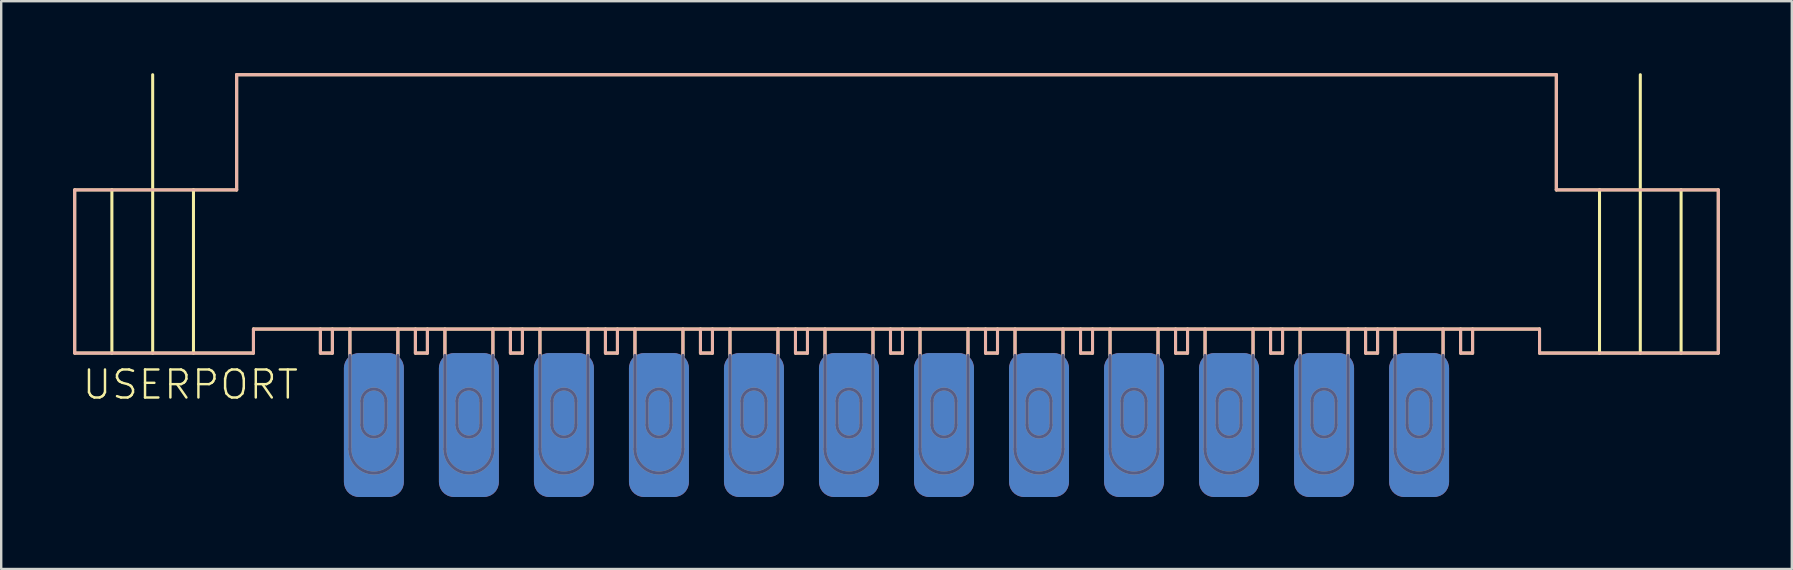
<source format=kicad_pcb>
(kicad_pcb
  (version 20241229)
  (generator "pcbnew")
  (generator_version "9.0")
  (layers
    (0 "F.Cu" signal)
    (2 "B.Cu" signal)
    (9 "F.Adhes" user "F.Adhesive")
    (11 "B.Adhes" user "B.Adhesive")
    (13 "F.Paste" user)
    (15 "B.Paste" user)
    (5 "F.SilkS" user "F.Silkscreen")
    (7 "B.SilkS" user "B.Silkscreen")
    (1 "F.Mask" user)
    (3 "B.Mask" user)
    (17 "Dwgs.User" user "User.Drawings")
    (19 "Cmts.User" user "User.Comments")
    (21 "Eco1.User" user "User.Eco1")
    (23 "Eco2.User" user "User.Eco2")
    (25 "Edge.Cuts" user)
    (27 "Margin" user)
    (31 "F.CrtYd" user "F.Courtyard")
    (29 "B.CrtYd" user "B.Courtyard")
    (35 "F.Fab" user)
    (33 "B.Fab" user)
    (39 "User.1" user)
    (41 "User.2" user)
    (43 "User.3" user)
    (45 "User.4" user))
  (footprint "USERPORT"
    (layer "F.Cu")
    (at 34.313 11.664)
    (property "Reference" "USERPORT" (at -34 2 0) (unlocked yes) (layer "F.SilkS") (effects (font (size 1.168 1.168) (thickness 0.102)) (justify left bottom)))
    (fp_line (start -34.25 -6.8) (end -32.7 -6.8) (stroke (width 0.127) (type solid)) (layer "F.SilkS"))
    (fp_line (start -34.25 0) (end -34.25 -6.8) (stroke (width 0.127) (type solid)) (layer "F.SilkS"))
    (fp_line (start -34.25 0) (end -32.7 0) (stroke (width 0.127) (type solid)) (layer "F.SilkS"))
    (fp_line (start -32.7 -6.8) (end -32.7 0) (stroke (width 0.127) (type solid)) (layer "F.SilkS"))
    (fp_line (start -32.7 -6.8) (end -29.3 -6.8) (stroke (width 0.127) (type solid)) (layer "F.SilkS"))
    (fp_line (start -32.7 0) (end -31 0) (stroke (width 0.127) (type solid)) (layer "F.SilkS"))
    (fp_line (start -31 -11.6) (end -31 0) (stroke (width 0.127) (type solid)) (layer "F.SilkS"))
    (fp_line (start -31 0) (end -29.3 0) (stroke (width 0.127) (type solid)) (layer "F.SilkS"))
    (fp_line (start -29.3 -6.8) (end -29.3 0) (stroke (width 0.127) (type solid)) (layer "F.SilkS"))
    (fp_line (start -29.3 -6.8) (end -27.5 -6.8) (stroke (width 0.127) (type solid)) (layer "F.SilkS"))
    (fp_line (start -29.3 0) (end -26.8 0) (stroke (width 0.127) (type solid)) (layer "F.SilkS"))
    (fp_line (start -27.5 -11.6) (end 27.5 -11.6) (stroke (width 0.127) (type solid)) (layer "F.SilkS"))
    (fp_line (start -27.5 -6.8) (end -27.5 -11.6) (stroke (width 0.127) (type solid)) (layer "F.SilkS"))
    (fp_line (start -26.8 -1) (end 26.8 -1) (stroke (width 0.127) (type solid)) (layer "F.SilkS"))
    (fp_line (start -26.8 0) (end -26.8 -1) (stroke (width 0.127) (type solid)) (layer "F.SilkS"))
    (fp_line (start -24.01 -1) (end -24.01 0) (stroke (width 0.127) (type solid)) (layer "F.SilkS"))
    (fp_line (start -24.01 0) (end -23.51 0) (stroke (width 0.127) (type solid)) (layer "F.SilkS"))
    (fp_line (start -23.51 0) (end -23.51 -1) (stroke (width 0.127) (type solid)) (layer "F.SilkS"))
    (fp_line (start -22.78 0.1) (end -22.78 -1) (stroke (width 0.127) (type solid)) (layer "F.SilkS"))
    (fp_line (start -20.78 0.1) (end -20.78 -1) (stroke (width 0.127) (type solid)) (layer "F.SilkS"))
    (fp_line (start -20.05 -1) (end -20.05 0) (stroke (width 0.127) (type solid)) (layer "F.SilkS"))
    (fp_line (start -20.05 0) (end -19.55 0) (stroke (width 0.127) (type solid)) (layer "F.SilkS"))
    (fp_line (start -19.55 0) (end -19.55 -1) (stroke (width 0.127) (type solid)) (layer "F.SilkS"))
    (fp_line (start -18.82 0.1) (end -18.82 -1) (stroke (width 0.127) (type solid)) (layer "F.SilkS"))
    (fp_line (start -16.82 0.1) (end -16.82 -1) (stroke (width 0.127) (type solid)) (layer "F.SilkS"))
    (fp_line (start -16.09 -1) (end -16.09 0) (stroke (width 0.127) (type solid)) (layer "F.SilkS"))
    (fp_line (start -16.09 0) (end -15.59 0) (stroke (width 0.127) (type solid)) (layer "F.SilkS"))
    (fp_line (start -15.59 0) (end -15.59 -1) (stroke (width 0.127) (type solid)) (layer "F.SilkS"))
    (fp_line (start -14.86 0.1) (end -14.86 -1) (stroke (width 0.127) (type solid)) (layer "F.SilkS"))
    (fp_line (start -12.86 0.1) (end -12.86 -1) (stroke (width 0.127) (type solid)) (layer "F.SilkS"))
    (fp_line (start -12.13 -1) (end -12.13 0) (stroke (width 0.127) (type solid)) (layer "F.SilkS"))
    (fp_line (start -12.13 0) (end -11.63 0) (stroke (width 0.127) (type solid)) (layer "F.SilkS"))
    (fp_line (start -11.63 0) (end -11.63 -1) (stroke (width 0.127) (type solid)) (layer "F.SilkS"))
    (fp_line (start -10.9 0.1) (end -10.9 -1) (stroke (width 0.127) (type solid)) (layer "F.SilkS"))
    (fp_line (start -8.9 0.1) (end -8.9 -1) (stroke (width 0.127) (type solid)) (layer "F.SilkS"))
    (fp_line (start -8.17 -1) (end -8.17 0) (stroke (width 0.127) (type solid)) (layer "F.SilkS"))
    (fp_line (start -8.17 0) (end -7.67 0) (stroke (width 0.127) (type solid)) (layer "F.SilkS"))
    (fp_line (start -7.67 0) (end -7.67 -1) (stroke (width 0.127) (type solid)) (layer "F.SilkS"))
    (fp_line (start -6.94 0.1) (end -6.94 -1) (stroke (width 0.127) (type solid)) (layer "F.SilkS"))
    (fp_line (start -4.94 0.1) (end -4.94 -1) (stroke (width 0.127) (type solid)) (layer "F.SilkS"))
    (fp_line (start -4.21 -1) (end -4.21 0) (stroke (width 0.127) (type solid)) (layer "F.SilkS"))
    (fp_line (start -4.21 0) (end -3.71 0) (stroke (width 0.127) (type solid)) (layer "F.SilkS"))
    (fp_line (start -3.71 0) (end -3.71 -1) (stroke (width 0.127) (type solid)) (layer "F.SilkS"))
    (fp_line (start -2.98 0.1) (end -2.98 -1) (stroke (width 0.127) (type solid)) (layer "F.SilkS"))
    (fp_line (start -0.98 0.1) (end -0.98 -1) (stroke (width 0.127) (type solid)) (layer "F.SilkS"))
    (fp_line (start -0.25 -1) (end -0.25 0) (stroke (width 0.127) (type solid)) (layer "F.SilkS"))
    (fp_line (start -0.25 0) (end 0.25 0) (stroke (width 0.127) (type solid)) (layer "F.SilkS"))
    (fp_line (start 0.25 0) (end 0.25 -1) (stroke (width 0.127) (type solid)) (layer "F.SilkS"))
    (fp_line (start 0.98 0.1) (end 0.98 -1) (stroke (width 0.127) (type solid)) (layer "F.SilkS"))
    (fp_line (start 2.98 0.1) (end 2.98 -1) (stroke (width 0.127) (type solid)) (layer "F.SilkS"))
    (fp_line (start 3.71 -1) (end 3.71 0) (stroke (width 0.127) (type solid)) (layer "F.SilkS"))
    (fp_line (start 3.71 0) (end 4.21 0) (stroke (width 0.127) (type solid)) (layer "F.SilkS"))
    (fp_line (start 4.21 0) (end 4.21 -1) (stroke (width 0.127) (type solid)) (layer "F.SilkS"))
    (fp_line (start 4.94 0.1) (end 4.94 -1) (stroke (width 0.127) (type solid)) (layer "F.SilkS"))
    (fp_line (start 6.94 0.1) (end 6.94 -1) (stroke (width 0.127) (type solid)) (layer "F.SilkS"))
    (fp_line (start 7.67 -1) (end 7.67 0) (stroke (width 0.127) (type solid)) (layer "F.SilkS"))
    (fp_line (start 7.67 0) (end 8.17 0) (stroke (width 0.127) (type solid)) (layer "F.SilkS"))
    (fp_line (start 8.17 0) (end 8.17 -1) (stroke (width 0.127) (type solid)) (layer "F.SilkS"))
    (fp_line (start 8.9 0.1) (end 8.9 -1) (stroke (width 0.127) (type solid)) (layer "F.SilkS"))
    (fp_line (start 10.9 0.1) (end 10.9 -1) (stroke (width 0.127) (type solid)) (layer "F.SilkS"))
    (fp_line (start 11.63 -1) (end 11.63 0) (stroke (width 0.127) (type solid)) (layer "F.SilkS"))
    (fp_line (start 11.63 0) (end 12.13 0) (stroke (width 0.127) (type solid)) (layer "F.SilkS"))
    (fp_line (start 12.13 0) (end 12.13 -1) (stroke (width 0.127) (type solid)) (layer "F.SilkS"))
    (fp_line (start 12.86 0.1) (end 12.86 -1) (stroke (width 0.127) (type solid)) (layer "F.SilkS"))
    (fp_line (start 14.86 0.1) (end 14.86 -1) (stroke (width 0.127) (type solid)) (layer "F.SilkS"))
    (fp_line (start 15.59 -1) (end 15.59 0) (stroke (width 0.127) (type solid)) (layer "F.SilkS"))
    (fp_line (start 15.59 0) (end 16.09 0) (stroke (width 0.127) (type solid)) (layer "F.SilkS"))
    (fp_line (start 16.09 0) (end 16.09 -1) (stroke (width 0.127) (type solid)) (layer "F.SilkS"))
    (fp_line (start 16.82 0.1) (end 16.82 -1) (stroke (width 0.127) (type solid)) (layer "F.SilkS"))
    (fp_line (start 18.82 0.1) (end 18.82 -1) (stroke (width 0.127) (type solid)) (layer "F.SilkS"))
    (fp_line (start 19.55 -1) (end 19.55 0) (stroke (width 0.127) (type solid)) (layer "F.SilkS"))
    (fp_line (start 19.55 0) (end 20.05 0) (stroke (width 0.127) (type solid)) (layer "F.SilkS"))
    (fp_line (start 20.05 0) (end 20.05 -1) (stroke (width 0.127) (type solid)) (layer "F.SilkS"))
    (fp_line (start 20.78 0.1) (end 20.78 -1) (stroke (width 0.127) (type solid)) (layer "F.SilkS"))
    (fp_line (start 22.78 0.1) (end 22.78 -1) (stroke (width 0.127) (type solid)) (layer "F.SilkS"))
    (fp_line (start 23.51 -1) (end 23.51 0) (stroke (width 0.127) (type solid)) (layer "F.SilkS"))
    (fp_line (start 23.51 0) (end 24.01 0) (stroke (width 0.127) (type solid)) (layer "F.SilkS"))
    (fp_line (start 24.01 0) (end 24.01 -1) (stroke (width 0.127) (type solid)) (layer "F.SilkS"))
    (fp_line (start 26.8 -1) (end 26.8 0) (stroke (width 0.127) (type solid)) (layer "F.SilkS"))
    (fp_line (start 26.8 0) (end 29.3 0) (stroke (width 0.127) (type solid)) (layer "F.SilkS"))
    (fp_line (start 27.5 -11.6) (end 27.5 -6.8) (stroke (width 0.127) (type solid)) (layer "F.SilkS"))
    (fp_line (start 27.5 -6.8) (end 29.3 -6.8) (stroke (width 0.127) (type solid)) (layer "F.SilkS"))
    (fp_line (start 29.3 -6.8) (end 29.3 0) (stroke (width 0.127) (type solid)) (layer "F.SilkS"))
    (fp_line (start 29.3 -6.8) (end 32.7 -6.8) (stroke (width 0.127) (type solid)) (layer "F.SilkS"))
    (fp_line (start 29.3 0) (end 31 0) (stroke (width 0.127) (type solid)) (layer "F.SilkS"))
    (fp_line (start 31 0) (end 31 -11.6) (stroke (width 0.127) (type solid)) (layer "F.SilkS"))
    (fp_line (start 31 0) (end 32.7 0) (stroke (width 0.127) (type solid)) (layer "F.SilkS"))
    (fp_line (start 32.7 -6.8) (end 32.7 0) (stroke (width 0.127) (type solid)) (layer "F.SilkS"))
    (fp_line (start 32.7 -6.8) (end 34.25 -6.8) (stroke (width 0.127) (type solid)) (layer "F.SilkS"))
    (fp_line (start 32.7 0) (end 34.25 0) (stroke (width 0.127) (type solid)) (layer "F.SilkS"))
    (fp_line (start 34.25 0) (end 34.25 -6.8) (stroke (width 0.127) (type solid)) (layer "F.SilkS"))
    (fp_line (start -34.25 0) (end -34.25 -6.8) (stroke (width 0.127) (type solid)) (layer "B.SilkS"))
    (fp_line (start -27.5 -11.6) (end -27.5 -6.8) (stroke (width 0.127) (type solid)) (layer "B.SilkS"))
    (fp_line (start -27.5 -6.8) (end -34.25 -6.8) (stroke (width 0.127) (type solid)) (layer "B.SilkS"))
    (fp_line (start -26.8 -1) (end -26.8 0) (stroke (width 0.127) (type solid)) (layer "B.SilkS"))
    (fp_line (start -26.8 0) (end -34.25 0) (stroke (width 0.127) (type solid)) (layer "B.SilkS"))
    (fp_line (start -24.01 0) (end -24.01 -1) (stroke (width 0.127) (type solid)) (layer "B.SilkS"))
    (fp_line (start -23.51 -1) (end -23.51 0) (stroke (width 0.127) (type solid)) (layer "B.SilkS"))
    (fp_line (start -23.51 0) (end -24.01 0) (stroke (width 0.127) (type solid)) (layer "B.SilkS"))
    (fp_line (start -22.78 0.1) (end -22.78 -1) (stroke (width 0.127) (type solid)) (layer "B.SilkS"))
    (fp_line (start -20.78 0.1) (end -20.78 -1) (stroke (width 0.127) (type solid)) (layer "B.SilkS"))
    (fp_line (start -20.05 0) (end -20.05 -1) (stroke (width 0.127) (type solid)) (layer "B.SilkS"))
    (fp_line (start -19.55 -1) (end -19.55 0) (stroke (width 0.127) (type solid)) (layer "B.SilkS"))
    (fp_line (start -19.55 0) (end -20.05 0) (stroke (width 0.127) (type solid)) (layer "B.SilkS"))
    (fp_line (start -18.82 0.1) (end -18.82 -1) (stroke (width 0.127) (type solid)) (layer "B.SilkS"))
    (fp_line (start -16.82 0.1) (end -16.82 -1) (stroke (width 0.127) (type solid)) (layer "B.SilkS"))
    (fp_line (start -16.09 0) (end -16.09 -1) (stroke (width 0.127) (type solid)) (layer "B.SilkS"))
    (fp_line (start -15.59 -1) (end -15.59 0) (stroke (width 0.127) (type solid)) (layer "B.SilkS"))
    (fp_line (start -15.59 0) (end -16.09 0) (stroke (width 0.127) (type solid)) (layer "B.SilkS"))
    (fp_line (start -14.86 0.1) (end -14.86 -1) (stroke (width 0.127) (type solid)) (layer "B.SilkS"))
    (fp_line (start -12.86 0.1) (end -12.86 -1) (stroke (width 0.127) (type solid)) (layer "B.SilkS"))
    (fp_line (start -12.13 0) (end -12.13 -1) (stroke (width 0.127) (type solid)) (layer "B.SilkS"))
    (fp_line (start -11.63 -1) (end -11.63 0) (stroke (width 0.127) (type solid)) (layer "B.SilkS"))
    (fp_line (start -11.63 0) (end -12.13 0) (stroke (width 0.127) (type solid)) (layer "B.SilkS"))
    (fp_line (start -10.9 0.1) (end -10.9 -1) (stroke (width 0.127) (type solid)) (layer "B.SilkS"))
    (fp_line (start -8.9 0.1) (end -8.9 -1) (stroke (width 0.127) (type solid)) (layer "B.SilkS"))
    (fp_line (start -8.17 0) (end -8.17 -1) (stroke (width 0.127) (type solid)) (layer "B.SilkS"))
    (fp_line (start -7.67 -1) (end -7.67 0) (stroke (width 0.127) (type solid)) (layer "B.SilkS"))
    (fp_line (start -7.67 0) (end -8.17 0) (stroke (width 0.127) (type solid)) (layer "B.SilkS"))
    (fp_line (start -6.94 0.1) (end -6.94 -1) (stroke (width 0.127) (type solid)) (layer "B.SilkS"))
    (fp_line (start -4.94 0.1) (end -4.94 -1) (stroke (width 0.127) (type solid)) (layer "B.SilkS"))
    (fp_line (start -4.21 0) (end -4.21 -1) (stroke (width 0.127) (type solid)) (layer "B.SilkS"))
    (fp_line (start -3.71 -1) (end -3.71 0) (stroke (width 0.127) (type solid)) (layer "B.SilkS"))
    (fp_line (start -3.71 0) (end -4.21 0) (stroke (width 0.127) (type solid)) (layer "B.SilkS"))
    (fp_line (start -2.98 0.1) (end -2.98 -1) (stroke (width 0.127) (type solid)) (layer "B.SilkS"))
    (fp_line (start -0.98 0.1) (end -0.98 -1) (stroke (width 0.127) (type solid)) (layer "B.SilkS"))
    (fp_line (start -0.25 0) (end -0.25 -1) (stroke (width 0.127) (type solid)) (layer "B.SilkS"))
    (fp_line (start 0.25 -1) (end 0.25 0) (stroke (width 0.127) (type solid)) (layer "B.SilkS"))
    (fp_line (start 0.25 0) (end -0.25 0) (stroke (width 0.127) (type solid)) (layer "B.SilkS"))
    (fp_line (start 0.98 0.1) (end 0.98 -1) (stroke (width 0.127) (type solid)) (layer "B.SilkS"))
    (fp_line (start 2.98 0.1) (end 2.98 -1) (stroke (width 0.127) (type solid)) (layer "B.SilkS"))
    (fp_line (start 3.71 0) (end 3.71 -1) (stroke (width 0.127) (type solid)) (layer "B.SilkS"))
    (fp_line (start 4.21 -1) (end 4.21 0) (stroke (width 0.127) (type solid)) (layer "B.SilkS"))
    (fp_line (start 4.21 0) (end 3.71 0) (stroke (width 0.127) (type solid)) (layer "B.SilkS"))
    (fp_line (start 4.94 0.1) (end 4.94 -1) (stroke (width 0.127) (type solid)) (layer "B.SilkS"))
    (fp_line (start 6.94 0.1) (end 6.94 -1) (stroke (width 0.127) (type solid)) (layer "B.SilkS"))
    (fp_line (start 7.67 0) (end 7.67 -1) (stroke (width 0.127) (type solid)) (layer "B.SilkS"))
    (fp_line (start 8.17 -1) (end 8.17 0) (stroke (width 0.127) (type solid)) (layer "B.SilkS"))
    (fp_line (start 8.17 0) (end 7.67 0) (stroke (width 0.127) (type solid)) (layer "B.SilkS"))
    (fp_line (start 8.9 0.1) (end 8.9 -1) (stroke (width 0.127) (type solid)) (layer "B.SilkS"))
    (fp_line (start 10.9 0.1) (end 10.9 -1) (stroke (width 0.127) (type solid)) (layer "B.SilkS"))
    (fp_line (start 11.63 0) (end 11.63 -1) (stroke (width 0.127) (type solid)) (layer "B.SilkS"))
    (fp_line (start 12.13 -1) (end 12.13 0) (stroke (width 0.127) (type solid)) (layer "B.SilkS"))
    (fp_line (start 12.13 0) (end 11.63 0) (stroke (width 0.127) (type solid)) (layer "B.SilkS"))
    (fp_line (start 12.86 0.1) (end 12.86 -1) (stroke (width 0.127) (type solid)) (layer "B.SilkS"))
    (fp_line (start 14.86 0.1) (end 14.86 -1) (stroke (width 0.127) (type solid)) (layer "B.SilkS"))
    (fp_line (start 15.59 0) (end 15.59 -1) (stroke (width 0.127) (type solid)) (layer "B.SilkS"))
    (fp_line (start 16.09 -1) (end 16.09 0) (stroke (width 0.127) (type solid)) (layer "B.SilkS"))
    (fp_line (start 16.09 0) (end 15.59 0) (stroke (width 0.127) (type solid)) (layer "B.SilkS"))
    (fp_line (start 16.82 0.1) (end 16.82 -1) (stroke (width 0.127) (type solid)) (layer "B.SilkS"))
    (fp_line (start 18.82 0.1) (end 18.82 -1) (stroke (width 0.127) (type solid)) (layer "B.SilkS"))
    (fp_line (start 19.55 0) (end 19.55 -1) (stroke (width 0.127) (type solid)) (layer "B.SilkS"))
    (fp_line (start 20.05 -1) (end 20.05 0) (stroke (width 0.127) (type solid)) (layer "B.SilkS"))
    (fp_line (start 20.05 0) (end 19.55 0) (stroke (width 0.127) (type solid)) (layer "B.SilkS"))
    (fp_line (start 20.78 0.1) (end 20.78 -1) (stroke (width 0.127) (type solid)) (layer "B.SilkS"))
    (fp_line (start 22.78 0.1) (end 22.78 -1) (stroke (width 0.127) (type solid)) (layer "B.SilkS"))
    (fp_line (start 23.51 0) (end 23.51 -1) (stroke (width 0.127) (type solid)) (layer "B.SilkS"))
    (fp_line (start 24.01 -1) (end 24.01 0) (stroke (width 0.127) (type solid)) (layer "B.SilkS"))
    (fp_line (start 24.01 0) (end 23.51 0) (stroke (width 0.127) (type solid)) (layer "B.SilkS"))
    (fp_line (start 26.8 -1) (end -26.8 -1) (stroke (width 0.127) (type solid)) (layer "B.SilkS"))
    (fp_line (start 26.8 0) (end 26.8 -1) (stroke (width 0.127) (type solid)) (layer "B.SilkS"))
    (fp_line (start 27.5 -11.6) (end -27.5 -11.6) (stroke (width 0.127) (type solid)) (layer "B.SilkS"))
    (fp_line (start 27.5 -6.8) (end 27.5 -11.6) (stroke (width 0.127) (type solid)) (layer "B.SilkS"))
    (fp_line (start 34.25 -6.8) (end 27.5 -6.8) (stroke (width 0.127) (type solid)) (layer "B.SilkS"))
    (fp_line (start 34.25 0) (end 26.8 0) (stroke (width 0.127) (type solid)) (layer "B.SilkS"))
    (fp_line (start 34.25 0) (end 34.25 -6.8) (stroke (width 0.127) (type solid)) (layer "B.SilkS"))
    (fp_line (start -22.78 0.1) (end -22.78 4) (stroke (width 0.127) (type solid)) (layer "B.Fab"))
    (fp_line (start -22.28 3) (end -22.28 2) (stroke (width 0.127) (type solid)) (layer "B.Fab"))
    (fp_line (start -21.28 3) (end -21.28 2) (stroke (width 0.127) (type solid)) (layer "B.Fab"))
    (fp_line (start -20.78 0.1) (end -20.78 4) (stroke (width 0.127) (type solid)) (layer "B.Fab"))
    (fp_line (start -18.82 0.1) (end -18.82 4) (stroke (width 0.127) (type solid)) (layer "B.Fab"))
    (fp_line (start -18.32 3) (end -18.32 2) (stroke (width 0.127) (type solid)) (layer "B.Fab"))
    (fp_line (start -17.32 3) (end -17.32 2) (stroke (width 0.127) (type solid)) (layer "B.Fab"))
    (fp_line (start -16.82 0.1) (end -16.82 4) (stroke (width 0.127) (type solid)) (layer "B.Fab"))
    (fp_line (start -14.86 0.1) (end -14.86 4) (stroke (width 0.127) (type solid)) (layer "B.Fab"))
    (fp_line (start -14.36 3) (end -14.36 2) (stroke (width 0.127) (type solid)) (layer "B.Fab"))
    (fp_line (start -13.36 3) (end -13.36 2) (stroke (width 0.127) (type solid)) (layer "B.Fab"))
    (fp_line (start -12.86 0.1) (end -12.86 4) (stroke (width 0.127) (type solid)) (layer "B.Fab"))
    (fp_line (start -10.9 0.1) (end -10.9 4) (stroke (width 0.127) (type solid)) (layer "B.Fab"))
    (fp_line (start -10.4 3) (end -10.4 2) (stroke (width 0.127) (type solid)) (layer "B.Fab"))
    (fp_line (start -9.4 3) (end -9.4 2) (stroke (width 0.127) (type solid)) (layer "B.Fab"))
    (fp_line (start -8.9 0.1) (end -8.9 4) (stroke (width 0.127) (type solid)) (layer "B.Fab"))
    (fp_line (start -6.94 0.1) (end -6.94 4) (stroke (width 0.127) (type solid)) (layer "B.Fab"))
    (fp_line (start -6.44 3) (end -6.44 2) (stroke (width 0.127) (type solid)) (layer "B.Fab"))
    (fp_line (start -5.44 3) (end -5.44 2) (stroke (width 0.127) (type solid)) (layer "B.Fab"))
    (fp_line (start -4.94 0.1) (end -4.94 4) (stroke (width 0.127) (type solid)) (layer "B.Fab"))
    (fp_line (start -2.98 0.1) (end -2.98 4) (stroke (width 0.127) (type solid)) (layer "B.Fab"))
    (fp_line (start -2.48 3) (end -2.48 2) (stroke (width 0.127) (type solid)) (layer "B.Fab"))
    (fp_line (start -1.48 3) (end -1.48 2) (stroke (width 0.127) (type solid)) (layer "B.Fab"))
    (fp_line (start -0.98 0.1) (end -0.98 4) (stroke (width 0.127) (type solid)) (layer "B.Fab"))
    (fp_line (start 0.98 0.1) (end 0.98 4) (stroke (width 0.127) (type solid)) (layer "B.Fab"))
    (fp_line (start 1.48 3) (end 1.48 2) (stroke (width 0.127) (type solid)) (layer "B.Fab"))
    (fp_line (start 2.48 3) (end 2.48 2) (stroke (width 0.127) (type solid)) (layer "B.Fab"))
    (fp_line (start 2.98 0.1) (end 2.98 4) (stroke (width 0.127) (type solid)) (layer "B.Fab"))
    (fp_line (start 4.94 0.1) (end 4.94 4) (stroke (width 0.127) (type solid)) (layer "B.Fab"))
    (fp_line (start 5.44 3) (end 5.44 2) (stroke (width 0.127) (type solid)) (layer "B.Fab"))
    (fp_line (start 6.44 3) (end 6.44 2) (stroke (width 0.127) (type solid)) (layer "B.Fab"))
    (fp_line (start 6.94 0.1) (end 6.94 4) (stroke (width 0.127) (type solid)) (layer "B.Fab"))
    (fp_line (start 8.9 0.1) (end 8.9 4) (stroke (width 0.127) (type solid)) (layer "B.Fab"))
    (fp_line (start 9.4 3) (end 9.4 2) (stroke (width 0.127) (type solid)) (layer "B.Fab"))
    (fp_line (start 10.4 3) (end 10.4 2) (stroke (width 0.127) (type solid)) (layer "B.Fab"))
    (fp_line (start 10.9 0.1) (end 10.9 4) (stroke (width 0.127) (type solid)) (layer "B.Fab"))
    (fp_line (start 12.86 0.1) (end 12.86 4) (stroke (width 0.127) (type solid)) (layer "B.Fab"))
    (fp_line (start 13.36 3) (end 13.36 2) (stroke (width 0.127) (type solid)) (layer "B.Fab"))
    (fp_line (start 14.36 3) (end 14.36 2) (stroke (width 0.127) (type solid)) (layer "B.Fab"))
    (fp_line (start 14.86 0.1) (end 14.86 4) (stroke (width 0.127) (type solid)) (layer "B.Fab"))
    (fp_line (start 16.82 0.1) (end 16.82 4) (stroke (width 0.127) (type solid)) (layer "B.Fab"))
    (fp_line (start 17.32 3) (end 17.32 2) (stroke (width 0.127) (type solid)) (layer "B.Fab"))
    (fp_line (start 18.32 3) (end 18.32 2) (stroke (width 0.127) (type solid)) (layer "B.Fab"))
    (fp_line (start 18.82 0.1) (end 18.82 4) (stroke (width 0.127) (type solid)) (layer "B.Fab"))
    (fp_line (start 20.78 0.1) (end 20.78 4) (stroke (width 0.127) (type solid)) (layer "B.Fab"))
    (fp_line (start 21.28 3) (end 21.28 2) (stroke (width 0.127) (type solid)) (layer "B.Fab"))
    (fp_line (start 22.28 3) (end 22.28 2) (stroke (width 0.127) (type solid)) (layer "B.Fab"))
    (fp_line (start 22.78 0.1) (end 22.78 4) (stroke (width 0.127) (type solid)) (layer "B.Fab"))
    (fp_arc (start -22.28 2) (mid -21.78 1.5) (end -21.28 2) (stroke (width 0.127) (type solid)) (layer "B.Fab"))
    (fp_arc (start -21.28 3) (mid -21.78 3.5) (end -22.28 3) (stroke (width 0.127) (type solid)) (layer "B.Fab"))
    (fp_arc (start -20.78 4) (mid -21.78 5) (end -22.78 4) (stroke (width 0.127) (type solid)) (layer "B.Fab"))
    (fp_arc (start -18.32 2) (mid -17.82 1.5) (end -17.32 2) (stroke (width 0.127) (type solid)) (layer "B.Fab"))
    (fp_arc (start -17.32 3) (mid -17.82 3.5) (end -18.32 3) (stroke (width 0.127) (type solid)) (layer "B.Fab"))
    (fp_arc (start -16.82 4) (mid -17.82 5) (end -18.82 4) (stroke (width 0.127) (type solid)) (layer "B.Fab"))
    (fp_arc (start -14.36 2) (mid -13.86 1.5) (end -13.36 2) (stroke (width 0.127) (type solid)) (layer "B.Fab"))
    (fp_arc (start -13.36 3) (mid -13.86 3.5) (end -14.36 3) (stroke (width 0.127) (type solid)) (layer "B.Fab"))
    (fp_arc (start -12.86 4) (mid -13.86 5) (end -14.86 4) (stroke (width 0.127) (type solid)) (layer "B.Fab"))
    (fp_arc (start -10.4 2) (mid -9.9 1.5) (end -9.4 2) (stroke (width 0.127) (type solid)) (layer "B.Fab"))
    (fp_arc (start -9.4 3) (mid -9.9 3.5) (end -10.4 3) (stroke (width 0.127) (type solid)) (layer "B.Fab"))
    (fp_arc (start -8.9 4) (mid -9.9 5) (end -10.9 4) (stroke (width 0.127) (type solid)) (layer "B.Fab"))
    (fp_arc (start -6.44 2) (mid -5.94 1.5) (end -5.44 2) (stroke (width 0.127) (type solid)) (layer "B.Fab"))
    (fp_arc (start -5.44 3) (mid -5.94 3.5) (end -6.44 3) (stroke (width 0.127) (type solid)) (layer "B.Fab"))
    (fp_arc (start -4.94 4) (mid -5.94 5) (end -6.94 4) (stroke (width 0.127) (type solid)) (layer "B.Fab"))
    (fp_arc (start -2.48 2) (mid -1.98 1.5) (end -1.48 2) (stroke (width 0.127) (type solid)) (layer "B.Fab"))
    (fp_arc (start -1.48 3) (mid -1.98 3.5) (end -2.48 3) (stroke (width 0.127) (type solid)) (layer "B.Fab"))
    (fp_arc (start -0.98 4) (mid -1.98 5) (end -2.98 4) (stroke (width 0.127) (type solid)) (layer "B.Fab"))
    (fp_arc (start 1.48 2) (mid 1.98 1.5) (end 2.48 2) (stroke (width 0.127) (type solid)) (layer "B.Fab"))
    (fp_arc (start 2.48 3) (mid 1.98 3.5) (end 1.48 3) (stroke (width 0.127) (type solid)) (layer "B.Fab"))
    (fp_arc (start 2.98 4) (mid 1.98 5) (end 0.98 4) (stroke (width 0.127) (type solid)) (layer "B.Fab"))
    (fp_arc (start 5.44 2) (mid 5.94 1.5) (end 6.44 2) (stroke (width 0.127) (type solid)) (layer "B.Fab"))
    (fp_arc (start 6.44 3) (mid 5.94 3.5) (end 5.44 3) (stroke (width 0.127) (type solid)) (layer "B.Fab"))
    (fp_arc (start 6.94 4) (mid 5.94 5) (end 4.94 4) (stroke (width 0.127) (type solid)) (layer "B.Fab"))
    (fp_arc (start 9.4 2) (mid 9.9 1.5) (end 10.4 2) (stroke (width 0.127) (type solid)) (layer "B.Fab"))
    (fp_arc (start 10.4 3) (mid 9.9 3.5) (end 9.4 3) (stroke (width 0.127) (type solid)) (layer "B.Fab"))
    (fp_arc (start 10.9 4) (mid 9.9 5) (end 8.9 4) (stroke (width 0.127) (type solid)) (layer "B.Fab"))
    (fp_arc (start 13.36 2) (mid 13.86 1.5) (end 14.36 2) (stroke (width 0.127) (type solid)) (layer "B.Fab"))
    (fp_arc (start 14.36 3) (mid 13.86 3.5) (end 13.36 3) (stroke (width 0.127) (type solid)) (layer "B.Fab"))
    (fp_arc (start 14.86 4) (mid 13.86 5) (end 12.86 4) (stroke (width 0.127) (type solid)) (layer "B.Fab"))
    (fp_arc (start 17.32 2) (mid 17.82 1.5) (end 18.32 2) (stroke (width 0.127) (type solid)) (layer "B.Fab"))
    (fp_arc (start 18.32 3) (mid 17.82 3.5) (end 17.32 3) (stroke (width 0.127) (type solid)) (layer "B.Fab"))
    (fp_arc (start 18.82 4) (mid 17.82 5) (end 16.82 4) (stroke (width 0.127) (type solid)) (layer "B.Fab"))
    (fp_arc (start 21.28 2) (mid 21.78 1.5) (end 22.28 2) (stroke (width 0.127) (type solid)) (layer "B.Fab"))
    (fp_arc (start 22.28 3) (mid 21.78 3.5) (end 21.28 3) (stroke (width 0.127) (type solid)) (layer "B.Fab"))
    (fp_arc (start 22.78 4) (mid 21.78 5) (end 20.78 4) (stroke (width 0.127) (type solid)) (layer "B.Fab"))
    (fp_line (start -22.78 0.1) (end -22.78 4) (stroke (width 0.127) (type solid)) (layer "F.Fab"))
    (fp_line (start -22.28 3) (end -22.28 2) (stroke (width 0.127) (type solid)) (layer "F.Fab"))
    (fp_line (start -21.28 3) (end -21.28 2) (stroke (width 0.127) (type solid)) (layer "F.Fab"))
    (fp_line (start -20.78 0.1) (end -20.78 4) (stroke (width 0.127) (type solid)) (layer "F.Fab"))
    (fp_line (start -18.82 0.1) (end -18.82 4) (stroke (width 0.127) (type solid)) (layer "F.Fab"))
    (fp_line (start -18.32 3) (end -18.32 2) (stroke (width 0.127) (type solid)) (layer "F.Fab"))
    (fp_line (start -17.32 3) (end -17.32 2) (stroke (width 0.127) (type solid)) (layer "F.Fab"))
    (fp_line (start -16.82 0.1) (end -16.82 4) (stroke (width 0.127) (type solid)) (layer "F.Fab"))
    (fp_line (start -14.86 0.1) (end -14.86 4) (stroke (width 0.127) (type solid)) (layer "F.Fab"))
    (fp_line (start -14.36 3) (end -14.36 2) (stroke (width 0.127) (type solid)) (layer "F.Fab"))
    (fp_line (start -13.36 3) (end -13.36 2) (stroke (width 0.127) (type solid)) (layer "F.Fab"))
    (fp_line (start -12.86 0.1) (end -12.86 4) (stroke (width 0.127) (type solid)) (layer "F.Fab"))
    (fp_line (start -10.9 0.1) (end -10.9 4) (stroke (width 0.127) (type solid)) (layer "F.Fab"))
    (fp_line (start -10.4 3) (end -10.4 2) (stroke (width 0.127) (type solid)) (layer "F.Fab"))
    (fp_line (start -9.4 3) (end -9.4 2) (stroke (width 0.127) (type solid)) (layer "F.Fab"))
    (fp_line (start -8.9 0.1) (end -8.9 4) (stroke (width 0.127) (type solid)) (layer "F.Fab"))
    (fp_line (start -6.94 0.1) (end -6.94 4) (stroke (width 0.127) (type solid)) (layer "F.Fab"))
    (fp_line (start -6.44 3) (end -6.44 2) (stroke (width 0.127) (type solid)) (layer "F.Fab"))
    (fp_line (start -5.44 3) (end -5.44 2) (stroke (width 0.127) (type solid)) (layer "F.Fab"))
    (fp_line (start -4.94 0.1) (end -4.94 4) (stroke (width 0.127) (type solid)) (layer "F.Fab"))
    (fp_line (start -2.98 0.1) (end -2.98 4) (stroke (width 0.127) (type solid)) (layer "F.Fab"))
    (fp_line (start -2.48 3) (end -2.48 2) (stroke (width 0.127) (type solid)) (layer "F.Fab"))
    (fp_line (start -1.48 3) (end -1.48 2) (stroke (width 0.127) (type solid)) (layer "F.Fab"))
    (fp_line (start -0.98 0.1) (end -0.98 4) (stroke (width 0.127) (type solid)) (layer "F.Fab"))
    (fp_line (start 0.98 0.1) (end 0.98 4) (stroke (width 0.127) (type solid)) (layer "F.Fab"))
    (fp_line (start 1.48 3) (end 1.48 2) (stroke (width 0.127) (type solid)) (layer "F.Fab"))
    (fp_line (start 2.48 3) (end 2.48 2) (stroke (width 0.127) (type solid)) (layer "F.Fab"))
    (fp_line (start 2.98 0.1) (end 2.98 4) (stroke (width 0.127) (type solid)) (layer "F.Fab"))
    (fp_line (start 4.94 0.1) (end 4.94 4) (stroke (width 0.127) (type solid)) (layer "F.Fab"))
    (fp_line (start 5.44 3) (end 5.44 2) (stroke (width 0.127) (type solid)) (layer "F.Fab"))
    (fp_line (start 6.44 3) (end 6.44 2) (stroke (width 0.127) (type solid)) (layer "F.Fab"))
    (fp_line (start 6.94 0.1) (end 6.94 4) (stroke (width 0.127) (type solid)) (layer "F.Fab"))
    (fp_line (start 8.9 0.1) (end 8.9 4) (stroke (width 0.127) (type solid)) (layer "F.Fab"))
    (fp_line (start 9.4 3) (end 9.4 2) (stroke (width 0.127) (type solid)) (layer "F.Fab"))
    (fp_line (start 10.4 3) (end 10.4 2) (stroke (width 0.127) (type solid)) (layer "F.Fab"))
    (fp_line (start 10.9 0.1) (end 10.9 4) (stroke (width 0.127) (type solid)) (layer "F.Fab"))
    (fp_line (start 12.86 0.1) (end 12.86 4) (stroke (width 0.127) (type solid)) (layer "F.Fab"))
    (fp_line (start 13.36 3) (end 13.36 2) (stroke (width 0.127) (type solid)) (layer "F.Fab"))
    (fp_line (start 14.36 3) (end 14.36 2) (stroke (width 0.127) (type solid)) (layer "F.Fab"))
    (fp_line (start 14.86 0.1) (end 14.86 4) (stroke (width 0.127) (type solid)) (layer "F.Fab"))
    (fp_line (start 16.82 0.1) (end 16.82 4) (stroke (width 0.127) (type solid)) (layer "F.Fab"))
    (fp_line (start 17.32 3) (end 17.32 2) (stroke (width 0.127) (type solid)) (layer "F.Fab"))
    (fp_line (start 18.32 3) (end 18.32 2) (stroke (width 0.127) (type solid)) (layer "F.Fab"))
    (fp_line (start 18.82 0.1) (end 18.82 4) (stroke (width 0.127) (type solid)) (layer "F.Fab"))
    (fp_line (start 20.78 0.1) (end 20.78 4) (stroke (width 0.127) (type solid)) (layer "F.Fab"))
    (fp_line (start 21.28 3) (end 21.28 2) (stroke (width 0.127) (type solid)) (layer "F.Fab"))
    (fp_line (start 22.28 3) (end 22.28 2) (stroke (width 0.127) (type solid)) (layer "F.Fab"))
    (fp_line (start 22.78 0.1) (end 22.78 4) (stroke (width 0.127) (type solid)) (layer "F.Fab"))
    (fp_arc (start -22.28 2) (mid -21.78 1.5) (end -21.28 2) (stroke (width 0.127) (type solid)) (layer "F.Fab"))
    (fp_arc (start -21.28 3) (mid -21.78 3.5) (end -22.28 3) (stroke (width 0.127) (type solid)) (layer "F.Fab"))
    (fp_arc (start -20.78 4) (mid -21.78 5) (end -22.78 4) (stroke (width 0.127) (type solid)) (layer "F.Fab"))
    (fp_arc (start -18.32 2) (mid -17.82 1.5) (end -17.32 2) (stroke (width 0.127) (type solid)) (layer "F.Fab"))
    (fp_arc (start -17.32 3) (mid -17.82 3.5) (end -18.32 3) (stroke (width 0.127) (type solid)) (layer "F.Fab"))
    (fp_arc (start -16.82 4) (mid -17.82 5) (end -18.82 4) (stroke (width 0.127) (type solid)) (layer "F.Fab"))
    (fp_arc (start -14.36 2) (mid -13.86 1.5) (end -13.36 2) (stroke (width 0.127) (type solid)) (layer "F.Fab"))
    (fp_arc (start -13.36 3) (mid -13.86 3.5) (end -14.36 3) (stroke (width 0.127) (type solid)) (layer "F.Fab"))
    (fp_arc (start -12.86 4) (mid -13.86 5) (end -14.86 4) (stroke (width 0.127) (type solid)) (layer "F.Fab"))
    (fp_arc (start -10.4 2) (mid -9.9 1.5) (end -9.4 2) (stroke (width 0.127) (type solid)) (layer "F.Fab"))
    (fp_arc (start -9.4 3) (mid -9.9 3.5) (end -10.4 3) (stroke (width 0.127) (type solid)) (layer "F.Fab"))
    (fp_arc (start -8.9 4) (mid -9.9 5) (end -10.9 4) (stroke (width 0.127) (type solid)) (layer "F.Fab"))
    (fp_arc (start -6.44 2) (mid -5.94 1.5) (end -5.44 2) (stroke (width 0.127) (type solid)) (layer "F.Fab"))
    (fp_arc (start -5.44 3) (mid -5.94 3.5) (end -6.44 3) (stroke (width 0.127) (type solid)) (layer "F.Fab"))
    (fp_arc (start -4.94 4) (mid -5.94 5) (end -6.94 4) (stroke (width 0.127) (type solid)) (layer "F.Fab"))
    (fp_arc (start -2.48 2) (mid -1.98 1.5) (end -1.48 2) (stroke (width 0.127) (type solid)) (layer "F.Fab"))
    (fp_arc (start -1.48 3) (mid -1.98 3.5) (end -2.48 3) (stroke (width 0.127) (type solid)) (layer "F.Fab"))
    (fp_arc (start -0.98 4) (mid -1.98 5) (end -2.98 4) (stroke (width 0.127) (type solid)) (layer "F.Fab"))
    (fp_arc (start 1.48 2) (mid 1.98 1.5) (end 2.48 2) (stroke (width 0.127) (type solid)) (layer "F.Fab"))
    (fp_arc (start 2.48 3) (mid 1.98 3.5) (end 1.48 3) (stroke (width 0.127) (type solid)) (layer "F.Fab"))
    (fp_arc (start 2.98 4) (mid 1.98 5) (end 0.98 4) (stroke (width 0.127) (type solid)) (layer "F.Fab"))
    (fp_arc (start 5.44 2) (mid 5.94 1.5) (end 6.44 2) (stroke (width 0.127) (type solid)) (layer "F.Fab"))
    (fp_arc (start 6.44 3) (mid 5.94 3.5) (end 5.44 3) (stroke (width 0.127) (type solid)) (layer "F.Fab"))
    (fp_arc (start 6.94 4) (mid 5.94 5) (end 4.94 4) (stroke (width 0.127) (type solid)) (layer "F.Fab"))
    (fp_arc (start 9.4 2) (mid 9.9 1.5) (end 10.4 2) (stroke (width 0.127) (type solid)) (layer "F.Fab"))
    (fp_arc (start 10.4 3) (mid 9.9 3.5) (end 9.4 3) (stroke (width 0.127) (type solid)) (layer "F.Fab"))
    (fp_arc (start 10.9 4) (mid 9.9 5) (end 8.9 4) (stroke (width 0.127) (type solid)) (layer "F.Fab"))
    (fp_arc (start 13.36 2) (mid 13.86 1.5) (end 14.36 2) (stroke (width 0.127) (type solid)) (layer "F.Fab"))
    (fp_arc (start 14.36 3) (mid 13.86 3.5) (end 13.36 3) (stroke (width 0.127) (type solid)) (layer "F.Fab"))
    (fp_arc (start 14.86 4) (mid 13.86 5) (end 12.86 4) (stroke (width 0.127) (type solid)) (layer "F.Fab"))
    (fp_arc (start 17.32 2) (mid 17.82 1.5) (end 18.32 2) (stroke (width 0.127) (type solid)) (layer "F.Fab"))
    (fp_arc (start 18.32 3) (mid 17.82 3.5) (end 17.32 3) (stroke (width 0.127) (type solid)) (layer "F.Fab"))
    (fp_arc (start 18.82 4) (mid 17.82 5) (end 16.82 4) (stroke (width 0.127) (type solid)) (layer "F.Fab"))
    (fp_arc (start 21.28 2) (mid 21.78 1.5) (end 22.28 2) (stroke (width 0.127) (type solid)) (layer "F.Fab"))
    (fp_arc (start 22.28 3) (mid 21.78 3.5) (end 21.28 3) (stroke (width 0.127) (type solid)) (layer "F.Fab"))
    (fp_arc (start 22.78 4) (mid 21.78 5) (end 20.78 4) (stroke (width 0.127) (type solid)) (layer "F.Fab"))
    (pad "1" smd roundrect (at -21.78 3) (size 2.5 6) (layers "F.Cu" "F.Mask") (roundrect_rratio 0.25))
    (pad "2" smd roundrect (at -17.82 3) (size 2.5 6) (layers "F.Cu" "F.Mask") (roundrect_rratio 0.25))
    (pad "3" smd roundrect (at -13.86 3) (size 2.5 6) (layers "F.Cu" "F.Mask") (roundrect_rratio 0.25))
    (pad "4" smd roundrect (at -9.9 3) (size 2.5 6) (layers "F.Cu" "F.Mask") (roundrect_rratio 0.25))
    (pad "5" smd roundrect (at -5.94 3) (size 2.5 6) (layers "F.Cu" "F.Mask") (roundrect_rratio 0.25))
    (pad "6" smd roundrect (at -1.98 3) (size 2.5 6) (layers "F.Cu" "F.Mask") (roundrect_rratio 0.25))
    (pad "7" smd roundrect (at 1.98 3) (size 2.5 6) (layers "F.Cu" "F.Mask") (roundrect_rratio 0.25))
    (pad "8" smd roundrect (at 5.94 3) (size 2.5 6) (layers "F.Cu" "F.Mask") (roundrect_rratio 0.25))
    (pad "9" smd roundrect (at 9.9 3) (size 2.5 6) (layers "F.Cu" "F.Mask") (roundrect_rratio 0.25))
    (pad "10" smd roundrect (at 13.86 3) (size 2.5 6) (layers "F.Cu" "F.Mask") (roundrect_rratio 0.25))
    (pad "11" smd roundrect (at 17.82 3) (size 2.5 6) (layers "F.Cu" "F.Mask") (roundrect_rratio 0.25))
    (pad "12" smd roundrect (at 21.78 3) (size 2.5 6) (layers "F.Cu" "F.Mask") (roundrect_rratio 0.25))
    (pad "A" smd roundrect (at -21.78 3 180) (size 2.5 6) (layers "B.Cu" "B.Mask") (roundrect_rratio 0.25))
    (pad "B" smd roundrect (at -17.82 3 180) (size 2.5 6) (layers "B.Cu" "B.Mask") (roundrect_rratio 0.25))
    (pad "C" smd roundrect (at -13.86 3 180) (size 2.5 6) (layers "B.Cu" "B.Mask") (roundrect_rratio 0.25))
    (pad "D" smd roundrect (at -9.9 3 180) (size 2.5 6) (layers "B.Cu" "B.Mask") (roundrect_rratio 0.25))
    (pad "E" smd roundrect (at -5.94 3 180) (size 2.5 6) (layers "B.Cu" "B.Mask") (roundrect_rratio 0.25))
    (pad "F" smd roundrect (at -1.98 3 180) (size 2.5 6) (layers "B.Cu" "B.Mask") (roundrect_rratio 0.25))
    (pad "H" smd roundrect (at 1.98 3 180) (size 2.5 6) (layers "B.Cu" "B.Mask") (roundrect_rratio 0.25))
    (pad "J" smd roundrect (at 5.94 3 180) (size 2.5 6) (layers "B.Cu" "B.Mask") (roundrect_rratio 0.25))
    (pad "K" smd roundrect (at 9.9 3 180) (size 2.5 6) (layers "B.Cu" "B.Mask") (roundrect_rratio 0.25))
    (pad "L" smd roundrect (at 13.86 3 180) (size 2.5 6) (layers "B.Cu" "B.Mask") (roundrect_rratio 0.25))
    (pad "M" smd roundrect (at 17.82 3 180) (size 2.5 6) (layers "B.Cu" "B.Mask") (roundrect_rratio 0.25))
    (pad "N" smd roundrect (at 21.78 3 180) (size 2.5 6) (layers "B.Cu" "B.Mask") (roundrect_rratio 0.25)))
  (gr_rect
    (start -3 -3)
    (end 71.627 20.663)
    (stroke (width 0.1) (type default))
    (fill no)
    (layer "Edge.Cuts")))
</source>
